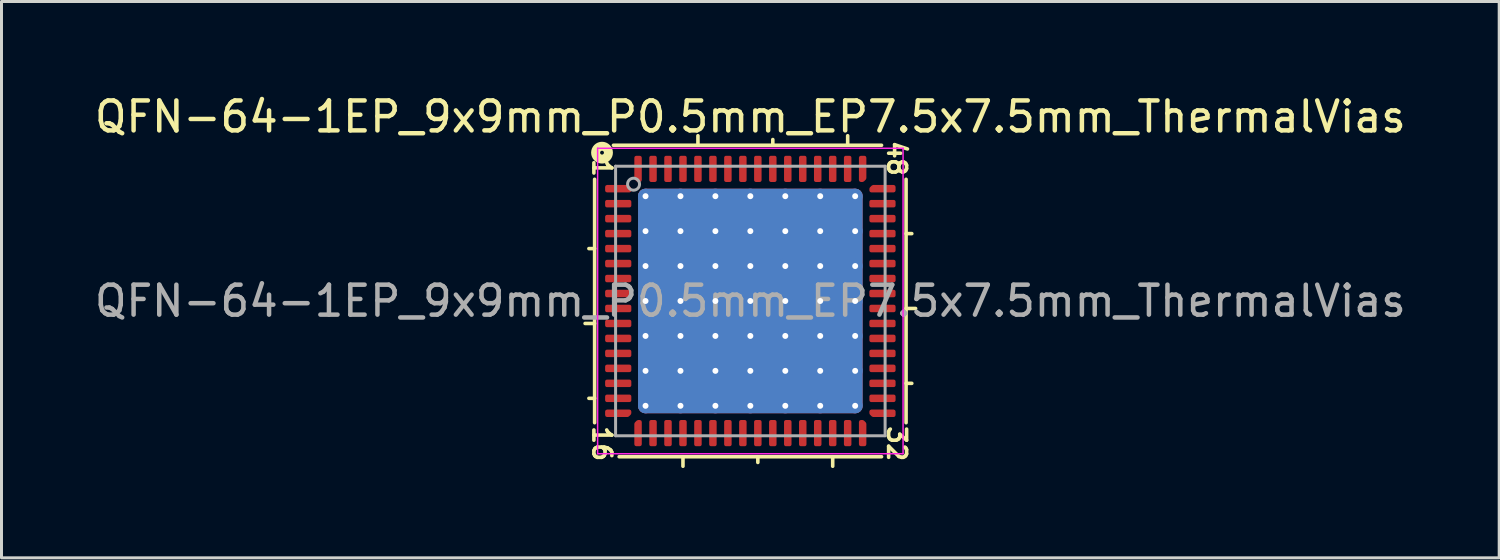
<source format=kicad_pcb>
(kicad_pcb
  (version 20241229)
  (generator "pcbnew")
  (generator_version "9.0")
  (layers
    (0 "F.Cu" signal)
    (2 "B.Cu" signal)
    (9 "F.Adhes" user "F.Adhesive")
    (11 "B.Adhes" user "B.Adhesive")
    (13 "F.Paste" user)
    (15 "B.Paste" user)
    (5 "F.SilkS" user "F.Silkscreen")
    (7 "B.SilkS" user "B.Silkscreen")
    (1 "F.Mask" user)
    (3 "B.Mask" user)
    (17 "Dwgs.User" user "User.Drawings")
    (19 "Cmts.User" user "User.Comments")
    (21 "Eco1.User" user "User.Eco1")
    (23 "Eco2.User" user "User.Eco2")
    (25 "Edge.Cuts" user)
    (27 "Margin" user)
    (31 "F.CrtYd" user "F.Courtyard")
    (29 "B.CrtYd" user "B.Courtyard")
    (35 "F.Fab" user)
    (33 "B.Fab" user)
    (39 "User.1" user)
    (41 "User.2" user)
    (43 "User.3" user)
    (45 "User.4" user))
  (footprint "QFN-64-1EP_9x9mm_P0.5mm_EP7.5x7.5mm_ThermalVias"
    (layer "F.Cu")
    (at 22.006 7.001)
    (property "Reference" "QFN-64-1EP_9x9mm_P0.5mm_EP7.5x7.5mm_ThermalVias" (at 0 -6.152 0) (layer "F.SilkS") (effects (font (size 1 1) (thickness 0.15))))
    (attr smd)
    (fp_line (start -5.2 -4.064) (end -5.2 4.064) (stroke (width 0.12) (type solid)) (layer "F.SilkS"))
    (fp_line (start -5.2 -1.75) (end -5.391 -1.75) (stroke (width 0.12) (type solid)) (layer "F.SilkS"))
    (fp_line (start -5.2 0.75) (end -5.518 0.75) (stroke (width 0.12) (type solid)) (layer "F.SilkS"))
    (fp_line (start -5.2 3.25) (end -5.391 3.25) (stroke (width 0.12) (type solid)) (layer "F.SilkS"))
    (fp_line (start -4.381 5.2) (end 4.381 5.2) (stroke (width 0.12) (type solid)) (layer "F.SilkS"))
    (fp_line (start -2.25 5.2) (end -2.25 5.518) (stroke (width 0.12) (type solid)) (layer "F.SilkS"))
    (fp_line (start -1.75 -5.2) (end -1.75 -5.518) (stroke (width 0.12) (type solid)) (layer "F.SilkS"))
    (fp_line (start 0.25 5.2) (end 0.25 5.391) (stroke (width 0.12) (type solid)) (layer "F.SilkS"))
    (fp_line (start 0.75 -5.2) (end 0.75 -5.391) (stroke (width 0.12) (type solid)) (layer "F.SilkS"))
    (fp_line (start 2.75 5.2) (end 2.75 5.518) (stroke (width 0.12) (type solid)) (layer "F.SilkS"))
    (fp_line (start 3.25 -5.2) (end 3.25 -5.518) (stroke (width 0.12) (type solid)) (layer "F.SilkS"))
    (fp_line (start 4.381 -5.2) (end -4.572 -5.2) (stroke (width 0.12) (type solid)) (layer "F.SilkS"))
    (fp_line (start 5.2 -2.25) (end 5.391 -2.25) (stroke (width 0.12) (type solid)) (layer "F.SilkS"))
    (fp_line (start 5.2 0.25) (end 5.518 0.25) (stroke (width 0.12) (type solid)) (layer "F.SilkS"))
    (fp_line (start 5.2 2.75) (end 5.391 2.75) (stroke (width 0.12) (type solid)) (layer "F.SilkS"))
    (fp_line (start 5.2 4.064) (end 5.2 -4.064) (stroke (width 0.12) (type solid)) (layer "F.SilkS"))
    (fp_circle (center -4.953 -4.953) (end -4.889 -4.953) (stroke (width 0.3) (type solid)) (fill no) (layer "F.SilkS"))
    (fp_line (start -5.1 -5.1) (end -5.1 5.1) (stroke (width 0.05) (type solid)) (layer "F.CrtYd"))
    (fp_line (start -5.1 5.1) (end 5.1 5.1) (stroke (width 0.05) (type solid)) (layer "F.CrtYd"))
    (fp_line (start 5.1 -5.1) (end -5.1 -5.1) (stroke (width 0.05) (type solid)) (layer "F.CrtYd"))
    (fp_line (start 5.1 5.1) (end 5.1 -5.1) (stroke (width 0.05) (type solid)) (layer "F.CrtYd"))
    (fp_line (start -4.5 -4.5) (end 4.5 -4.5) (stroke (width 0.1) (type solid)) (layer "F.Fab"))
    (fp_line (start -4.5 4.5) (end -4.5 -4.5) (stroke (width 0.1) (type solid)) (layer "F.Fab"))
    (fp_line (start 4.5 -4.5) (end 4.5 4.5) (stroke (width 0.1) (type solid)) (layer "F.Fab"))
    (fp_line (start 4.5 4.5) (end -4.5 4.5) (stroke (width 0.1) (type solid)) (layer "F.Fab"))
    (fp_circle (center -3.9 -3.9) (end -3.7 -3.9) (stroke (width 0.1) (type solid)) (fill no) (layer "F.Fab"))
    (fp_text user "48" (at 4.889 -4.763 270) (unlocked yes) (layer "F.SilkS") (effects (font (size 0.6 0.6) (thickness 0.12))))
    (fp_text user "1" (at -4.953 -4.445 270) (unlocked yes) (layer "F.SilkS") (effects (font (size 0.6 0.6) (thickness 0.12))))
    (fp_text user "16" (at -4.953 4.763 270) (unlocked yes) (layer "F.SilkS") (effects (font (size 0.6 0.6) (thickness 0.12))))
    (fp_text user "32" (at 4.889 4.763 270) (unlocked yes) (layer "F.SilkS") (effects (font (size 0.6 0.6) (thickness 0.12))))
    (fp_text user "${REFERENCE}" (at 0 0 0) (layer "F.Fab") (effects (font (size 1 1) (thickness 0.15))))
    (pad "" smd roundrect (at -2.917 -2.917) (size 1.008 1.008) (layers "F.Paste") (roundrect_rratio 0.248))
    (pad "" smd roundrect (at -2.917 -1.75) (size 1.008 1.008) (layers "F.Paste") (roundrect_rratio 0.248))
    (pad "" smd roundrect (at -2.917 -0.583) (size 1.008 1.008) (layers "F.Paste") (roundrect_rratio 0.248))
    (pad "" smd roundrect (at -2.917 0.583) (size 1.008 1.008) (layers "F.Paste") (roundrect_rratio 0.248))
    (pad "" smd roundrect (at -2.917 1.75) (size 1.008 1.008) (layers "F.Paste") (roundrect_rratio 0.248))
    (pad "" smd roundrect (at -2.917 2.917) (size 1.008 1.008) (layers "F.Paste") (roundrect_rratio 0.248))
    (pad "" smd roundrect (at -1.75 -2.917) (size 1.008 1.008) (layers "F.Paste") (roundrect_rratio 0.248))
    (pad "" smd roundrect (at -1.75 -1.75) (size 1.008 1.008) (layers "F.Paste") (roundrect_rratio 0.248))
    (pad "" smd roundrect (at -1.75 -0.583) (size 1.008 1.008) (layers "F.Paste") (roundrect_rratio 0.248))
    (pad "" smd roundrect (at -1.75 0.583) (size 1.008 1.008) (layers "F.Paste") (roundrect_rratio 0.248))
    (pad "" smd roundrect (at -1.75 1.75) (size 1.008 1.008) (layers "F.Paste") (roundrect_rratio 0.248))
    (pad "" smd roundrect (at -1.75 2.917) (size 1.008 1.008) (layers "F.Paste") (roundrect_rratio 0.248))
    (pad "" smd roundrect (at -0.583 -2.917) (size 1.008 1.008) (layers "F.Paste") (roundrect_rratio 0.248))
    (pad "" smd roundrect (at -0.583 -1.75) (size 1.008 1.008) (layers "F.Paste") (roundrect_rratio 0.248))
    (pad "" smd roundrect (at -0.583 -0.583) (size 1.008 1.008) (layers "F.Paste") (roundrect_rratio 0.248))
    (pad "" smd roundrect (at -0.583 0.583) (size 1.008 1.008) (layers "F.Paste") (roundrect_rratio 0.248))
    (pad "" smd roundrect (at -0.583 1.75) (size 1.008 1.008) (layers "F.Paste") (roundrect_rratio 0.248))
    (pad "" smd roundrect (at -0.583 2.917) (size 1.008 1.008) (layers "F.Paste") (roundrect_rratio 0.248))
    (pad "" smd roundrect (at 0.583 -2.917) (size 1.008 1.008) (layers "F.Paste") (roundrect_rratio 0.248))
    (pad "" smd roundrect (at 0.583 -1.75) (size 1.008 1.008) (layers "F.Paste") (roundrect_rratio 0.248))
    (pad "" smd roundrect (at 0.583 -0.583) (size 1.008 1.008) (layers "F.Paste") (roundrect_rratio 0.248))
    (pad "" smd roundrect (at 0.583 0.583) (size 1.008 1.008) (layers "F.Paste") (roundrect_rratio 0.248))
    (pad "" smd roundrect (at 0.583 1.75) (size 1.008 1.008) (layers "F.Paste") (roundrect_rratio 0.248))
    (pad "" smd roundrect (at 0.583 2.917) (size 1.008 1.008) (layers "F.Paste") (roundrect_rratio 0.248))
    (pad "" smd roundrect (at 1.75 -2.917) (size 1.008 1.008) (layers "F.Paste") (roundrect_rratio 0.248))
    (pad "" smd roundrect (at 1.75 -1.75) (size 1.008 1.008) (layers "F.Paste") (roundrect_rratio 0.248))
    (pad "" smd roundrect (at 1.75 -0.583) (size 1.008 1.008) (layers "F.Paste") (roundrect_rratio 0.248))
    (pad "" smd roundrect (at 1.75 0.583) (size 1.008 1.008) (layers "F.Paste") (roundrect_rratio 0.248))
    (pad "" smd roundrect (at 1.75 1.75) (size 1.008 1.008) (layers "F.Paste") (roundrect_rratio 0.248))
    (pad "" smd roundrect (at 1.75 2.917) (size 1.008 1.008) (layers "F.Paste") (roundrect_rratio 0.248))
    (pad "" smd roundrect (at 2.917 -2.917) (size 1.008 1.008) (layers "F.Paste") (roundrect_rratio 0.248))
    (pad "" smd roundrect (at 2.917 -1.75) (size 1.008 1.008) (layers "F.Paste") (roundrect_rratio 0.248))
    (pad "" smd roundrect (at 2.917 -0.583) (size 1.008 1.008) (layers "F.Paste") (roundrect_rratio 0.248))
    (pad "" smd roundrect (at 2.917 0.583) (size 1.008 1.008) (layers "F.Paste") (roundrect_rratio 0.248))
    (pad "" smd roundrect (at 2.917 1.75) (size 1.008 1.008) (layers "F.Paste") (roundrect_rratio 0.248))
    (pad "" smd roundrect (at 2.917 2.917) (size 1.008 1.008) (layers "F.Paste") (roundrect_rratio 0.248))
    (pad "1" smd custom (at -4.412 -3.75) (size 0.179 0.179) (layers "F.Cu" "F.Mask" "F.Paste") (options (anchor circle)) (primitives (gr_poly (pts (xy 0.375 0.001) (xy 0.375 0.062) (xy -0.375 0.062) (xy -0.375 -0.062) (xy 0.312 -0.062)) (width 0.125) (fill yes))))
    (pad "2" smd roundrect (at -4.412 -3.25) (size 0.875 0.25) (layers "F.Cu" "F.Mask" "F.Paste") (roundrect_rratio 0.25))
    (pad "3" smd roundrect (at -4.412 -2.75) (size 0.875 0.25) (layers "F.Cu" "F.Mask" "F.Paste") (roundrect_rratio 0.25))
    (pad "4" smd roundrect (at -4.412 -2.25) (size 0.875 0.25) (layers "F.Cu" "F.Mask" "F.Paste") (roundrect_rratio 0.25))
    (pad "5" smd roundrect (at -4.412 -1.75) (size 0.875 0.25) (layers "F.Cu" "F.Mask" "F.Paste") (roundrect_rratio 0.25))
    (pad "6" smd roundrect (at -4.412 -1.25) (size 0.875 0.25) (layers "F.Cu" "F.Mask" "F.Paste") (roundrect_rratio 0.25))
    (pad "7" smd roundrect (at -4.412 -0.75) (size 0.875 0.25) (layers "F.Cu" "F.Mask" "F.Paste") (roundrect_rratio 0.25))
    (pad "8" smd roundrect (at -4.412 -0.25) (size 0.875 0.25) (layers "F.Cu" "F.Mask" "F.Paste") (roundrect_rratio 0.25))
    (pad "9" smd roundrect (at -4.412 0.25) (size 0.875 0.25) (layers "F.Cu" "F.Mask" "F.Paste") (roundrect_rratio 0.25))
    (pad "10" smd roundrect (at -4.412 0.75) (size 0.875 0.25) (layers "F.Cu" "F.Mask" "F.Paste") (roundrect_rratio 0.25))
    (pad "11" smd roundrect (at -4.412 1.25) (size 0.875 0.25) (layers "F.Cu" "F.Mask" "F.Paste") (roundrect_rratio 0.25))
    (pad "12" smd roundrect (at -4.412 1.75) (size 0.875 0.25) (layers "F.Cu" "F.Mask" "F.Paste") (roundrect_rratio 0.25))
    (pad "13" smd roundrect (at -4.412 2.25) (size 0.875 0.25) (layers "F.Cu" "F.Mask" "F.Paste") (roundrect_rratio 0.25))
    (pad "14" smd roundrect (at -4.412 2.75) (size 0.875 0.25) (layers "F.Cu" "F.Mask" "F.Paste") (roundrect_rratio 0.25))
    (pad "15" smd roundrect (at -4.412 3.25) (size 0.875 0.25) (layers "F.Cu" "F.Mask" "F.Paste") (roundrect_rratio 0.25))
    (pad "16" smd custom (at -4.412 3.75) (size 0.179 0.179) (layers "F.Cu" "F.Mask" "F.Paste") (options (anchor circle)) (primitives (gr_poly (pts (xy 0.375 -0.001) (xy 0.312 0.062) (xy -0.375 0.062) (xy -0.375 -0.062) (xy 0.375 -0.062)) (width 0.125) (fill yes))))
    (pad "17" smd custom (at -3.75 4.412) (size 0.179 0.179) (layers "F.Cu" "F.Mask" "F.Paste") (options (anchor circle)) (primitives (gr_poly (pts (xy 0.062 0.375) (xy -0.062 0.375) (xy -0.062 -0.312) (xy 0.001 -0.375) (xy 0.062 -0.375)) (width 0.125) (fill yes))))
    (pad "18" smd roundrect (at -3.25 4.412) (size 0.25 0.875) (layers "F.Cu" "F.Mask" "F.Paste") (roundrect_rratio 0.25))
    (pad "19" smd roundrect (at -2.75 4.412) (size 0.25 0.875) (layers "F.Cu" "F.Mask" "F.Paste") (roundrect_rratio 0.25))
    (pad "20" smd roundrect (at -2.25 4.412) (size 0.25 0.875) (layers "F.Cu" "F.Mask" "F.Paste") (roundrect_rratio 0.25))
    (pad "21" smd roundrect (at -1.75 4.412) (size 0.25 0.875) (layers "F.Cu" "F.Mask" "F.Paste") (roundrect_rratio 0.25))
    (pad "22" smd roundrect (at -1.25 4.412) (size 0.25 0.875) (layers "F.Cu" "F.Mask" "F.Paste") (roundrect_rratio 0.25))
    (pad "23" smd roundrect (at -0.75 4.412) (size 0.25 0.875) (layers "F.Cu" "F.Mask" "F.Paste") (roundrect_rratio 0.25))
    (pad "24" smd roundrect (at -0.25 4.412) (size 0.25 0.875) (layers "F.Cu" "F.Mask" "F.Paste") (roundrect_rratio 0.25))
    (pad "25" smd roundrect (at 0.25 4.412) (size 0.25 0.875) (layers "F.Cu" "F.Mask" "F.Paste") (roundrect_rratio 0.25))
    (pad "26" smd roundrect (at 0.75 4.412) (size 0.25 0.875) (layers "F.Cu" "F.Mask" "F.Paste") (roundrect_rratio 0.25))
    (pad "27" smd roundrect (at 1.25 4.412) (size 0.25 0.875) (layers "F.Cu" "F.Mask" "F.Paste") (roundrect_rratio 0.25))
    (pad "28" smd roundrect (at 1.75 4.412) (size 0.25 0.875) (layers "F.Cu" "F.Mask" "F.Paste") (roundrect_rratio 0.25))
    (pad "29" smd roundrect (at 2.25 4.412) (size 0.25 0.875) (layers "F.Cu" "F.Mask" "F.Paste") (roundrect_rratio 0.25))
    (pad "30" smd roundrect (at 2.75 4.412) (size 0.25 0.875) (layers "F.Cu" "F.Mask" "F.Paste") (roundrect_rratio 0.25))
    (pad "31" smd roundrect (at 3.25 4.412) (size 0.25 0.875) (layers "F.Cu" "F.Mask" "F.Paste") (roundrect_rratio 0.25))
    (pad "32" smd custom (at 3.75 4.412) (size 0.179 0.179) (layers "F.Cu" "F.Mask" "F.Paste") (options (anchor circle)) (primitives (gr_poly (pts (xy 0.062 -0.312) (xy 0.062 0.375) (xy -0.062 0.375) (xy -0.062 -0.375) (xy -0.001 -0.375)) (width 0.125) (fill yes))))
    (pad "33" smd custom (at 4.412 3.75) (size 0.179 0.179) (layers "F.Cu" "F.Mask" "F.Paste") (options (anchor circle)) (primitives (gr_poly (pts (xy 0.375 0.062) (xy -0.312 0.062) (xy -0.375 -0.001) (xy -0.375 -0.062) (xy 0.375 -0.062)) (width 0.125) (fill yes))))
    (pad "34" smd roundrect (at 4.412 3.25) (size 0.875 0.25) (layers "F.Cu" "F.Mask" "F.Paste") (roundrect_rratio 0.25))
    (pad "35" smd roundrect (at 4.412 2.75) (size 0.875 0.25) (layers "F.Cu" "F.Mask" "F.Paste") (roundrect_rratio 0.25))
    (pad "36" smd roundrect (at 4.412 2.25) (size 0.875 0.25) (layers "F.Cu" "F.Mask" "F.Paste") (roundrect_rratio 0.25))
    (pad "37" smd roundrect (at 4.412 1.75) (size 0.875 0.25) (layers "F.Cu" "F.Mask" "F.Paste") (roundrect_rratio 0.25))
    (pad "38" smd roundrect (at 4.412 1.25) (size 0.875 0.25) (layers "F.Cu" "F.Mask" "F.Paste") (roundrect_rratio 0.25))
    (pad "39" smd roundrect (at 4.412 0.75) (size 0.875 0.25) (layers "F.Cu" "F.Mask" "F.Paste") (roundrect_rratio 0.25))
    (pad "40" smd roundrect (at 4.412 0.25) (size 0.875 0.25) (layers "F.Cu" "F.Mask" "F.Paste") (roundrect_rratio 0.25))
    (pad "41" smd roundrect (at 4.412 -0.25) (size 0.875 0.25) (layers "F.Cu" "F.Mask" "F.Paste") (roundrect_rratio 0.25))
    (pad "42" smd roundrect (at 4.412 -0.75) (size 0.875 0.25) (layers "F.Cu" "F.Mask" "F.Paste") (roundrect_rratio 0.25))
    (pad "43" smd roundrect (at 4.412 -1.25) (size 0.875 0.25) (layers "F.Cu" "F.Mask" "F.Paste") (roundrect_rratio 0.25))
    (pad "44" smd roundrect (at 4.412 -1.75) (size 0.875 0.25) (layers "F.Cu" "F.Mask" "F.Paste") (roundrect_rratio 0.25))
    (pad "45" smd roundrect (at 4.412 -2.25) (size 0.875 0.25) (layers "F.Cu" "F.Mask" "F.Paste") (roundrect_rratio 0.25))
    (pad "46" smd roundrect (at 4.412 -2.75) (size 0.875 0.25) (layers "F.Cu" "F.Mask" "F.Paste") (roundrect_rratio 0.25))
    (pad "47" smd roundrect (at 4.412 -3.25) (size 0.875 0.25) (layers "F.Cu" "F.Mask" "F.Paste") (roundrect_rratio 0.25))
    (pad "48" smd custom (at 4.412 -3.75) (size 0.179 0.179) (layers "F.Cu" "F.Mask" "F.Paste") (options (anchor circle)) (primitives (gr_poly (pts (xy 0.375 0.062) (xy -0.375 0.062) (xy -0.375 0.001) (xy -0.312 -0.062) (xy 0.375 -0.062)) (width 0.125) (fill yes))))
    (pad "49" smd custom (at 3.75 -4.412) (size 0.179 0.179) (layers "F.Cu" "F.Mask" "F.Paste") (options (anchor circle)) (primitives (gr_poly (pts (xy 0.062 0.312) (xy -0.001 0.375) (xy -0.062 0.375) (xy -0.062 -0.375) (xy 0.062 -0.375)) (width 0.125) (fill yes))))
    (pad "50" smd roundrect (at 3.25 -4.412) (size 0.25 0.875) (layers "F.Cu" "F.Mask" "F.Paste") (roundrect_rratio 0.25))
    (pad "51" smd roundrect (at 2.75 -4.412) (size 0.25 0.875) (layers "F.Cu" "F.Mask" "F.Paste") (roundrect_rratio 0.25))
    (pad "52" smd roundrect (at 2.25 -4.412) (size 0.25 0.875) (layers "F.Cu" "F.Mask" "F.Paste") (roundrect_rratio 0.25))
    (pad "53" smd roundrect (at 1.75 -4.412) (size 0.25 0.875) (layers "F.Cu" "F.Mask" "F.Paste") (roundrect_rratio 0.25))
    (pad "54" smd roundrect (at 1.25 -4.412) (size 0.25 0.875) (layers "F.Cu" "F.Mask" "F.Paste") (roundrect_rratio 0.25))
    (pad "55" smd roundrect (at 0.75 -4.412) (size 0.25 0.875) (layers "F.Cu" "F.Mask" "F.Paste") (roundrect_rratio 0.25))
    (pad "56" smd roundrect (at 0.25 -4.412) (size 0.25 0.875) (layers "F.Cu" "F.Mask" "F.Paste") (roundrect_rratio 0.25))
    (pad "57" smd roundrect (at -0.25 -4.412) (size 0.25 0.875) (layers "F.Cu" "F.Mask" "F.Paste") (roundrect_rratio 0.25))
    (pad "58" smd roundrect (at -0.75 -4.412) (size 0.25 0.875) (layers "F.Cu" "F.Mask" "F.Paste") (roundrect_rratio 0.25))
    (pad "59" smd roundrect (at -1.25 -4.412) (size 0.25 0.875) (layers "F.Cu" "F.Mask" "F.Paste") (roundrect_rratio 0.25))
    (pad "60" smd roundrect (at -1.75 -4.412) (size 0.25 0.875) (layers "F.Cu" "F.Mask" "F.Paste") (roundrect_rratio 0.25))
    (pad "61" smd roundrect (at -2.25 -4.412) (size 0.25 0.875) (layers "F.Cu" "F.Mask" "F.Paste") (roundrect_rratio 0.25))
    (pad "62" smd roundrect (at -2.75 -4.412) (size 0.25 0.875) (layers "F.Cu" "F.Mask" "F.Paste") (roundrect_rratio 0.25))
    (pad "63" smd roundrect (at -3.25 -4.412) (size 0.25 0.875) (layers "F.Cu" "F.Mask" "F.Paste") (roundrect_rratio 0.25))
    (pad "64" smd custom (at -3.75 -4.412) (size 0.179 0.179) (layers "F.Cu" "F.Mask" "F.Paste") (options (anchor circle)) (primitives (gr_poly (pts (xy 0.062 0.375) (xy 0.001 0.375) (xy -0.062 0.312) (xy -0.062 -0.375) (xy 0.062 -0.375)) (width 0.125) (fill yes))))
    (pad "65" thru_hole circle (at -3.5 -3.5) (size 0.5 0.5) (drill 0.2) (property pad_prop_heatsink) (layers "*.Cu"))
    (pad "65" thru_hole circle (at -3.5 -2.333) (size 0.5 0.5) (drill 0.2) (property pad_prop_heatsink) (layers "*.Cu"))
    (pad "65" thru_hole circle (at -3.5 -1.167) (size 0.5 0.5) (drill 0.2) (property pad_prop_heatsink) (layers "*.Cu"))
    (pad "65" thru_hole circle (at -3.5 0) (size 0.5 0.5) (drill 0.2) (property pad_prop_heatsink) (layers "*.Cu"))
    (pad "65" thru_hole circle (at -3.5 1.167) (size 0.5 0.5) (drill 0.2) (property pad_prop_heatsink) (layers "*.Cu"))
    (pad "65" thru_hole circle (at -3.5 2.333) (size 0.5 0.5) (drill 0.2) (property pad_prop_heatsink) (layers "*.Cu"))
    (pad "65" thru_hole circle (at -3.5 3.5) (size 0.5 0.5) (drill 0.2) (property pad_prop_heatsink) (layers "*.Cu"))
    (pad "65" thru_hole circle (at -2.333 -3.5) (size 0.5 0.5) (drill 0.2) (property pad_prop_heatsink) (layers "*.Cu"))
    (pad "65" thru_hole circle (at -2.333 -2.333) (size 0.5 0.5) (drill 0.2) (property pad_prop_heatsink) (layers "*.Cu"))
    (pad "65" thru_hole circle (at -2.333 -1.167) (size 0.5 0.5) (drill 0.2) (property pad_prop_heatsink) (layers "*.Cu"))
    (pad "65" thru_hole circle (at -2.333 0) (size 0.5 0.5) (drill 0.2) (property pad_prop_heatsink) (layers "*.Cu"))
    (pad "65" thru_hole circle (at -2.333 1.167) (size 0.5 0.5) (drill 0.2) (property pad_prop_heatsink) (layers "*.Cu"))
    (pad "65" thru_hole circle (at -2.333 2.333) (size 0.5 0.5) (drill 0.2) (property pad_prop_heatsink) (layers "*.Cu"))
    (pad "65" thru_hole circle (at -2.333 3.5) (size 0.5 0.5) (drill 0.2) (property pad_prop_heatsink) (layers "*.Cu"))
    (pad "65" thru_hole circle (at -1.167 -3.5) (size 0.5 0.5) (drill 0.2) (property pad_prop_heatsink) (layers "*.Cu"))
    (pad "65" thru_hole circle (at -1.167 -2.333) (size 0.5 0.5) (drill 0.2) (property pad_prop_heatsink) (layers "*.Cu"))
    (pad "65" thru_hole circle (at -1.167 -1.167) (size 0.5 0.5) (drill 0.2) (property pad_prop_heatsink) (layers "*.Cu"))
    (pad "65" thru_hole circle (at -1.167 0) (size 0.5 0.5) (drill 0.2) (property pad_prop_heatsink) (layers "*.Cu"))
    (pad "65" thru_hole circle (at -1.167 1.167) (size 0.5 0.5) (drill 0.2) (property pad_prop_heatsink) (layers "*.Cu"))
    (pad "65" thru_hole circle (at -1.167 2.333) (size 0.5 0.5) (drill 0.2) (property pad_prop_heatsink) (layers "*.Cu"))
    (pad "65" thru_hole circle (at -1.167 3.5) (size 0.5 0.5) (drill 0.2) (property pad_prop_heatsink) (layers "*.Cu"))
    (pad "65" thru_hole circle (at 0 -3.5) (size 0.5 0.5) (drill 0.2) (property pad_prop_heatsink) (layers "*.Cu"))
    (pad "65" thru_hole circle (at 0 -2.333) (size 0.5 0.5) (drill 0.2) (property pad_prop_heatsink) (layers "*.Cu"))
    (pad "65" thru_hole circle (at 0 -1.167) (size 0.5 0.5) (drill 0.2) (property pad_prop_heatsink) (layers "*.Cu"))
    (pad "65" thru_hole circle (at 0 0) (size 0.5 0.5) (drill 0.2) (property pad_prop_heatsink) (layers "*.Cu"))
    (pad "65" smd roundrect (at 0 0) (size 7.5 7.5) (layers "F.Cu" "F.Mask") (roundrect_rratio 0.033))
    (pad "65" smd roundrect (at 0 0) (size 7.5 7.5) (layers "B.Cu" "B.Mask") (roundrect_rratio 0.033))
    (pad "65" thru_hole circle (at 0 1.167) (size 0.5 0.5) (drill 0.2) (property pad_prop_heatsink) (layers "*.Cu"))
    (pad "65" thru_hole circle (at 0 2.333) (size 0.5 0.5) (drill 0.2) (property pad_prop_heatsink) (layers "*.Cu"))
    (pad "65" thru_hole circle (at 0 3.5) (size 0.5 0.5) (drill 0.2) (property pad_prop_heatsink) (layers "*.Cu"))
    (pad "65" thru_hole circle (at 1.167 -3.5) (size 0.5 0.5) (drill 0.2) (property pad_prop_heatsink) (layers "*.Cu"))
    (pad "65" thru_hole circle (at 1.167 -2.333) (size 0.5 0.5) (drill 0.2) (property pad_prop_heatsink) (layers "*.Cu"))
    (pad "65" thru_hole circle (at 1.167 -1.167) (size 0.5 0.5) (drill 0.2) (property pad_prop_heatsink) (layers "*.Cu"))
    (pad "65" thru_hole circle (at 1.167 0) (size 0.5 0.5) (drill 0.2) (property pad_prop_heatsink) (layers "*.Cu"))
    (pad "65" thru_hole circle (at 1.167 1.167) (size 0.5 0.5) (drill 0.2) (property pad_prop_heatsink) (layers "*.Cu"))
    (pad "65" thru_hole circle (at 1.167 2.333) (size 0.5 0.5) (drill 0.2) (property pad_prop_heatsink) (layers "*.Cu"))
    (pad "65" thru_hole circle (at 1.167 3.5) (size 0.5 0.5) (drill 0.2) (property pad_prop_heatsink) (layers "*.Cu"))
    (pad "65" thru_hole circle (at 2.333 -3.5) (size 0.5 0.5) (drill 0.2) (property pad_prop_heatsink) (layers "*.Cu"))
    (pad "65" thru_hole circle (at 2.333 -2.333) (size 0.5 0.5) (drill 0.2) (property pad_prop_heatsink) (layers "*.Cu"))
    (pad "65" thru_hole circle (at 2.333 -1.167) (size 0.5 0.5) (drill 0.2) (property pad_prop_heatsink) (layers "*.Cu"))
    (pad "65" thru_hole circle (at 2.333 0) (size 0.5 0.5) (drill 0.2) (property pad_prop_heatsink) (layers "*.Cu"))
    (pad "65" thru_hole circle (at 2.333 1.167) (size 0.5 0.5) (drill 0.2) (property pad_prop_heatsink) (layers "*.Cu"))
    (pad "65" thru_hole circle (at 2.333 2.333) (size 0.5 0.5) (drill 0.2) (property pad_prop_heatsink) (layers "*.Cu"))
    (pad "65" thru_hole circle (at 2.333 3.5) (size 0.5 0.5) (drill 0.2) (property pad_prop_heatsink) (layers "*.Cu"))
    (pad "65" thru_hole circle (at 3.5 -3.5) (size 0.5 0.5) (drill 0.2) (property pad_prop_heatsink) (layers "*.Cu"))
    (pad "65" thru_hole circle (at 3.5 -2.333) (size 0.5 0.5) (drill 0.2) (property pad_prop_heatsink) (layers "*.Cu"))
    (pad "65" thru_hole circle (at 3.5 -1.167) (size 0.5 0.5) (drill 0.2) (property pad_prop_heatsink) (layers "*.Cu"))
    (pad "65" thru_hole circle (at 3.5 0) (size 0.5 0.5) (drill 0.2) (property pad_prop_heatsink) (layers "*.Cu"))
    (pad "65" thru_hole circle (at 3.5 1.167) (size 0.5 0.5) (drill 0.2) (property pad_prop_heatsink) (layers "*.Cu"))
    (pad "65" thru_hole circle (at 3.5 2.333) (size 0.5 0.5) (drill 0.2) (property pad_prop_heatsink) (layers "*.Cu"))
    (pad "65" thru_hole circle (at 3.5 3.5) (size 0.5 0.5) (drill 0.2) (property pad_prop_heatsink) (layers "*.Cu")))
  (gr_rect
    (start -3 -3)
    (end 47.012 15.578)
    (stroke (width 0.1) (type default))
    (fill no)
    (layer "Edge.Cuts")))
</source>
